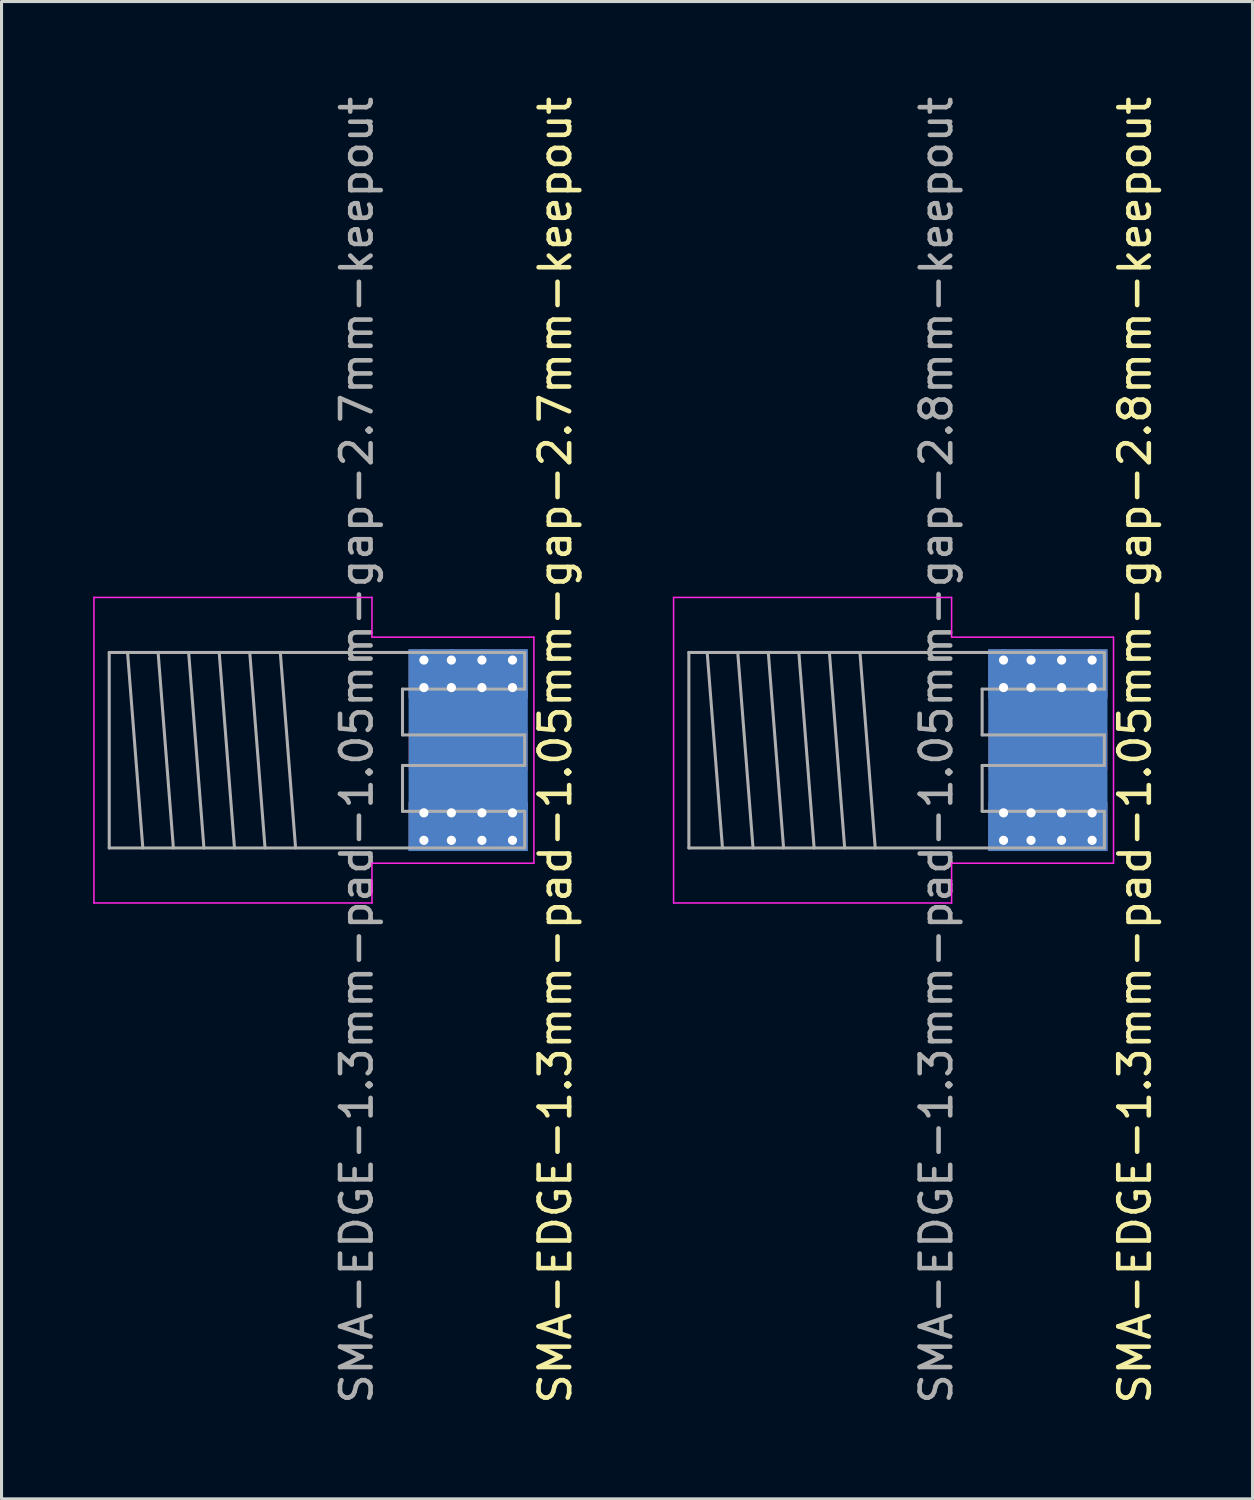
<source format=kicad_pcb>
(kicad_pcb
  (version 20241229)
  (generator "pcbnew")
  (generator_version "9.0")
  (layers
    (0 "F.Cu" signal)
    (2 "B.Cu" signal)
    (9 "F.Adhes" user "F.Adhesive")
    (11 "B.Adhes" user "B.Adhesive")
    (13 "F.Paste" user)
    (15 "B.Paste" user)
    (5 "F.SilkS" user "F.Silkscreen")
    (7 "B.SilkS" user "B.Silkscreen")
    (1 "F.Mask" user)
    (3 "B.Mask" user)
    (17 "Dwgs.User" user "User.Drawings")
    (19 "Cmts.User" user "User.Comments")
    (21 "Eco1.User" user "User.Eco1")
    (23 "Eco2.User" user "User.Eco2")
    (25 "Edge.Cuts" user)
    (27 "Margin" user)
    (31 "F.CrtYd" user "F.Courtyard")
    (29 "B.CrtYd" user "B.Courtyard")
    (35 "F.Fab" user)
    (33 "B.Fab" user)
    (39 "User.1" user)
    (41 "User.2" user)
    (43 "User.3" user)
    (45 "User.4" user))
  (footprint "SMA-EDGE-1.3mm-pad-1.05mm-gap-2.7mm-keepout"
    (layer "F.Cu")
    (at 10.125 21.506)
    (property "Reference" "SMA-EDGE-1.3mm-pad-1.05mm-gap-2.7mm-keepout" (at 5 0 90) (layer "F.SilkS") (effects (font (size 1 1) (thickness 0.15))))
    (attr through_hole)
    (fp_line (start -10.1 -5) (end -10.1 5) (stroke (width 0.05) (type solid)) (layer "F.CrtYd"))
    (fp_line (start -10.1 -5) (end -1 -5) (stroke (width 0.05) (type solid)) (layer "F.CrtYd"))
    (fp_line (start -10.1 5) (end -1 5) (stroke (width 0.05) (type solid)) (layer "F.CrtYd"))
    (fp_line (start -1 -5) (end -1 -3.7) (stroke (width 0.05) (type solid)) (layer "F.CrtYd"))
    (fp_line (start -1 3.7) (end 4.3 3.7) (stroke (width 0.05) (type solid)) (layer "F.CrtYd"))
    (fp_line (start -1 5) (end -1 3.7) (stroke (width 0.05) (type solid)) (layer "F.CrtYd"))
    (fp_line (start 4.3 -3.7) (end -1 -3.7) (stroke (width 0.05) (type solid)) (layer "F.CrtYd"))
    (fp_line (start 4.3 3.7) (end 4.3 -3.7) (stroke (width 0.05) (type solid)) (layer "F.CrtYd"))
    (fp_line (start -9.6 -3.2) (end 4 -3.2) (stroke (width 0.1) (type solid)) (layer "F.Fab"))
    (fp_line (start -9.6 3.2) (end -9.6 -3.2) (stroke (width 0.1) (type solid)) (layer "F.Fab"))
    (fp_line (start -9.6 3.2) (end 4 3.2) (stroke (width 0.1) (type solid)) (layer "F.Fab"))
    (fp_line (start -9 -3.2) (end -8.5 3.2) (stroke (width 0.1) (type solid)) (layer "F.Fab"))
    (fp_line (start -8 -3.2) (end -7.5 3.2) (stroke (width 0.1) (type solid)) (layer "F.Fab"))
    (fp_line (start -7 -3.2) (end -6.5 3.2) (stroke (width 0.1) (type solid)) (layer "F.Fab"))
    (fp_line (start -6 -3.2) (end -5.5 3.2) (stroke (width 0.1) (type solid)) (layer "F.Fab"))
    (fp_line (start -5 -3.2) (end -4.5 3.2) (stroke (width 0.1) (type solid)) (layer "F.Fab"))
    (fp_line (start -4 -3.2) (end -3.5 3.2) (stroke (width 0.1) (type solid)) (layer "F.Fab"))
    (fp_line (start 0 -2) (end 4 -2) (stroke (width 0.1) (type solid)) (layer "F.Fab"))
    (fp_line (start 0 -0.5) (end 0 -2) (stroke (width 0.1) (type solid)) (layer "F.Fab"))
    (fp_line (start 0 0.5) (end 4 0.5) (stroke (width 0.1) (type solid)) (layer "F.Fab"))
    (fp_line (start 0 2) (end 0 0.5) (stroke (width 0.1) (type solid)) (layer "F.Fab"))
    (fp_line (start 4 -2) (end 4 -3.2) (stroke (width 0.1) (type solid)) (layer "F.Fab"))
    (fp_line (start 4 -0.5) (end 0 -0.5) (stroke (width 0.1) (type solid)) (layer "F.Fab"))
    (fp_line (start 4 0.5) (end 4 -0.5) (stroke (width 0.1) (type solid)) (layer "F.Fab"))
    (fp_line (start 4 2) (end 0 2) (stroke (width 0.1) (type solid)) (layer "F.Fab"))
    (fp_line (start 4 3.2) (end 4 2) (stroke (width 0.1) (type solid)) (layer "F.Fab"))
    (fp_text user "${REFERENCE}" (at -1.5 0 90) (layer "F.Fab") (effects (font (size 1 1) (thickness 0.15))))
    (pad "1" smd rect (at 2.15 0) (size 3.9 1.3) (layers "F.Cu" "F.Mask"))
    (pad "2" thru_hole circle (at 0.7 -2.95) (size 0.7 0.7) (drill 0.3) (layers "*.Cu" "*.Mask"))
    (pad "2" thru_hole circle (at 0.7 -2.05) (size 0.7 0.7) (drill 0.3) (layers "*.Cu" "*.Mask"))
    (pad "2" thru_hole circle (at 0.7 2.05) (size 0.7 0.7) (drill 0.3) (layers "*.Cu" "*.Mask"))
    (pad "2" thru_hole circle (at 0.7 2.95) (size 0.7 0.7) (drill 0.3) (layers "*.Cu" "*.Mask"))
    (pad "2" thru_hole circle (at 1.6 -2.95) (size 0.7 0.7) (drill 0.3) (layers "*.Cu" "*.Mask"))
    (pad "2" thru_hole circle (at 1.6 -2.05) (size 0.7 0.7) (drill 0.3) (layers "*.Cu" "*.Mask"))
    (pad "2" thru_hole circle (at 1.6 2.05) (size 0.7 0.7) (drill 0.3) (layers "*.Cu" "*.Mask"))
    (pad "2" thru_hole circle (at 1.6 2.95) (size 0.7 0.7) (drill 0.3) (layers "*.Cu" "*.Mask"))
    (pad "2" smd rect (at 2.15 -2.5) (size 3.9 1.6) (layers "F.Cu" "F.Mask"))
    (pad "2" smd rect (at 2.15 -2.5) (size 3.9 1.6) (layers "B.Cu" "B.Mask"))
    (pad "2" smd rect (at 2.15 0) (size 3.9 6.6) (layers "B.Cu"))
    (pad "2" smd rect (at 2.15 2.5) (size 3.9 1.6) (layers "F.Cu" "F.Mask"))
    (pad "2" smd rect (at 2.15 2.5) (size 3.9 1.6) (layers "B.Cu" "B.Mask"))
    (pad "2" thru_hole circle (at 2.6 -2.95) (size 0.7 0.7) (drill 0.3) (layers "*.Cu" "*.Mask"))
    (pad "2" thru_hole circle (at 2.6 -2.05) (size 0.7 0.7) (drill 0.3) (layers "*.Cu" "*.Mask"))
    (pad "2" thru_hole circle (at 2.6 2.05) (size 0.7 0.7) (drill 0.3) (layers "*.Cu" "*.Mask"))
    (pad "2" thru_hole circle (at 2.6 2.95) (size 0.7 0.7) (drill 0.3) (layers "*.Cu" "*.Mask"))
    (pad "2" thru_hole circle (at 3.6 -2.95) (size 0.7 0.7) (drill 0.3) (layers "*.Cu" "*.Mask"))
    (pad "2" thru_hole circle (at 3.6 -2.05) (size 0.7 0.7) (drill 0.3) (layers "*.Cu" "*.Mask"))
    (pad "2" thru_hole circle (at 3.6 2.05) (size 0.7 0.7) (drill 0.3) (layers "*.Cu" "*.Mask"))
    (pad "2" thru_hole circle (at 3.6 2.95) (size 0.7 0.7) (drill 0.3) (layers "*.Cu" "*.Mask"))
    (zone (net_name "") (layer "In1.Cu") (name "SMA keepout") (hatch edge 0.508) (connect_pads) (min_thickness 0.254) (filled_areas_thickness no) (keepout (tracks not_allowed) (vias not_allowed) (pads not_allowed) (copperpour not_allowed) (footprints not_allowed)) (placement (enabled no)) (fill) (polygon (pts (xy 14.225 22.856) (xy 10.125 22.856) (xy 10.125 20.156) (xy 14.225 20.156)))))
  (footprint "SMA-EDGE-1.3mm-pad-1.05mm-gap-2.8mm-keepout"
    (layer "F.Cu")
    (at 29.098 21.506)
    (property "Reference" "SMA-EDGE-1.3mm-pad-1.05mm-gap-2.8mm-keepout" (at 5 0 90) (layer "F.SilkS") (effects (font (size 1 1) (thickness 0.15))))
    (attr through_hole)
    (fp_line (start -10.1 -5) (end -10.1 5) (stroke (width 0.05) (type solid)) (layer "F.CrtYd"))
    (fp_line (start -10.1 -5) (end -1 -5) (stroke (width 0.05) (type solid)) (layer "F.CrtYd"))
    (fp_line (start -10.1 5) (end -1 5) (stroke (width 0.05) (type solid)) (layer "F.CrtYd"))
    (fp_line (start -1 -5) (end -1 -3.7) (stroke (width 0.05) (type solid)) (layer "F.CrtYd"))
    (fp_line (start -1 3.7) (end 4.3 3.7) (stroke (width 0.05) (type solid)) (layer "F.CrtYd"))
    (fp_line (start -1 5) (end -1 3.7) (stroke (width 0.05) (type solid)) (layer "F.CrtYd"))
    (fp_line (start 4.3 -3.7) (end -1 -3.7) (stroke (width 0.05) (type solid)) (layer "F.CrtYd"))
    (fp_line (start 4.3 3.7) (end 4.3 -3.7) (stroke (width 0.05) (type solid)) (layer "F.CrtYd"))
    (fp_line (start -9.6 -3.2) (end 4 -3.2) (stroke (width 0.1) (type solid)) (layer "F.Fab"))
    (fp_line (start -9.6 3.2) (end -9.6 -3.2) (stroke (width 0.1) (type solid)) (layer "F.Fab"))
    (fp_line (start -9.6 3.2) (end 4 3.2) (stroke (width 0.1) (type solid)) (layer "F.Fab"))
    (fp_line (start -9 -3.2) (end -8.5 3.2) (stroke (width 0.1) (type solid)) (layer "F.Fab"))
    (fp_line (start -8 -3.2) (end -7.5 3.2) (stroke (width 0.1) (type solid)) (layer "F.Fab"))
    (fp_line (start -7 -3.2) (end -6.5 3.2) (stroke (width 0.1) (type solid)) (layer "F.Fab"))
    (fp_line (start -6 -3.2) (end -5.5 3.2) (stroke (width 0.1) (type solid)) (layer "F.Fab"))
    (fp_line (start -5 -3.2) (end -4.5 3.2) (stroke (width 0.1) (type solid)) (layer "F.Fab"))
    (fp_line (start -4 -3.2) (end -3.5 3.2) (stroke (width 0.1) (type solid)) (layer "F.Fab"))
    (fp_line (start 0 -2) (end 4 -2) (stroke (width 0.1) (type solid)) (layer "F.Fab"))
    (fp_line (start 0 -0.5) (end 0 -2) (stroke (width 0.1) (type solid)) (layer "F.Fab"))
    (fp_line (start 0 0.5) (end 4 0.5) (stroke (width 0.1) (type solid)) (layer "F.Fab"))
    (fp_line (start 0 2) (end 0 0.5) (stroke (width 0.1) (type solid)) (layer "F.Fab"))
    (fp_line (start 4 -2) (end 4 -3.2) (stroke (width 0.1) (type solid)) (layer "F.Fab"))
    (fp_line (start 4 -0.5) (end 0 -0.5) (stroke (width 0.1) (type solid)) (layer "F.Fab"))
    (fp_line (start 4 0.5) (end 4 -0.5) (stroke (width 0.1) (type solid)) (layer "F.Fab"))
    (fp_line (start 4 2) (end 0 2) (stroke (width 0.1) (type solid)) (layer "F.Fab"))
    (fp_line (start 4 3.2) (end 4 2) (stroke (width 0.1) (type solid)) (layer "F.Fab"))
    (fp_text user "${REFERENCE}" (at -1.5 0 90) (layer "F.Fab") (effects (font (size 1 1) (thickness 0.15))))
    (pad "1" smd rect (at 2.15 0) (size 3.9 1.3) (layers "F.Cu" "F.Mask"))
    (pad "2" thru_hole circle (at 0.7 -2.95) (size 0.7 0.7) (drill 0.3) (layers "*.Cu" "*.Mask"))
    (pad "2" thru_hole circle (at 0.7 -2.05) (size 0.7 0.7) (drill 0.3) (layers "*.Cu" "*.Mask"))
    (pad "2" thru_hole circle (at 0.7 2.05) (size 0.7 0.7) (drill 0.3) (layers "*.Cu" "*.Mask"))
    (pad "2" thru_hole circle (at 0.7 2.95) (size 0.7 0.7) (drill 0.3) (layers "*.Cu" "*.Mask"))
    (pad "2" thru_hole circle (at 1.6 -2.95) (size 0.7 0.7) (drill 0.3) (layers "*.Cu" "*.Mask"))
    (pad "2" thru_hole circle (at 1.6 -2.05) (size 0.7 0.7) (drill 0.3) (layers "*.Cu" "*.Mask"))
    (pad "2" thru_hole circle (at 1.6 2.05) (size 0.7 0.7) (drill 0.3) (layers "*.Cu" "*.Mask"))
    (pad "2" thru_hole circle (at 1.6 2.95) (size 0.7 0.7) (drill 0.3) (layers "*.Cu" "*.Mask"))
    (pad "2" smd rect (at 2.15 -2.5) (size 3.9 1.6) (layers "F.Cu" "F.Mask"))
    (pad "2" smd rect (at 2.15 -2.5) (size 3.9 1.6) (layers "B.Cu" "B.Mask"))
    (pad "2" smd rect (at 2.15 0) (size 3.9 6.6) (layers "B.Cu"))
    (pad "2" smd rect (at 2.15 2.5) (size 3.9 1.6) (layers "F.Cu" "F.Mask"))
    (pad "2" smd rect (at 2.15 2.5) (size 3.9 1.6) (layers "B.Cu" "B.Mask"))
    (pad "2" thru_hole circle (at 2.6 -2.95) (size 0.7 0.7) (drill 0.3) (layers "*.Cu" "*.Mask"))
    (pad "2" thru_hole circle (at 2.6 -2.05) (size 0.7 0.7) (drill 0.3) (layers "*.Cu" "*.Mask"))
    (pad "2" thru_hole circle (at 2.6 2.05) (size 0.7 0.7) (drill 0.3) (layers "*.Cu" "*.Mask"))
    (pad "2" thru_hole circle (at 2.6 2.95) (size 0.7 0.7) (drill 0.3) (layers "*.Cu" "*.Mask"))
    (pad "2" thru_hole circle (at 3.6 -2.95) (size 0.7 0.7) (drill 0.3) (layers "*.Cu" "*.Mask"))
    (pad "2" thru_hole circle (at 3.6 -2.05) (size 0.7 0.7) (drill 0.3) (layers "*.Cu" "*.Mask"))
    (pad "2" thru_hole circle (at 3.6 2.05) (size 0.7 0.7) (drill 0.3) (layers "*.Cu" "*.Mask"))
    (pad "2" thru_hole circle (at 3.6 2.95) (size 0.7 0.7) (drill 0.3) (layers "*.Cu" "*.Mask"))
    (zone (net_name "") (layer "In1.Cu") (name "SMA keepout") (hatch edge 0.508) (connect_pads) (min_thickness 0.254) (filled_areas_thickness no) (keepout (tracks not_allowed) (vias not_allowed) (pads not_allowed) (copperpour not_allowed) (footprints not_allowed)) (placement (enabled no)) (fill) (polygon (pts (xy 33.198 22.906) (xy 29.098 22.906) (xy 29.098 20.106) (xy 33.198 20.106)))))
  (gr_rect
    (start -3 -3)
    (end 37.947 46.012)
    (stroke (width 0.1) (type default))
    (fill no)
    (layer "Edge.Cuts")))
</source>
